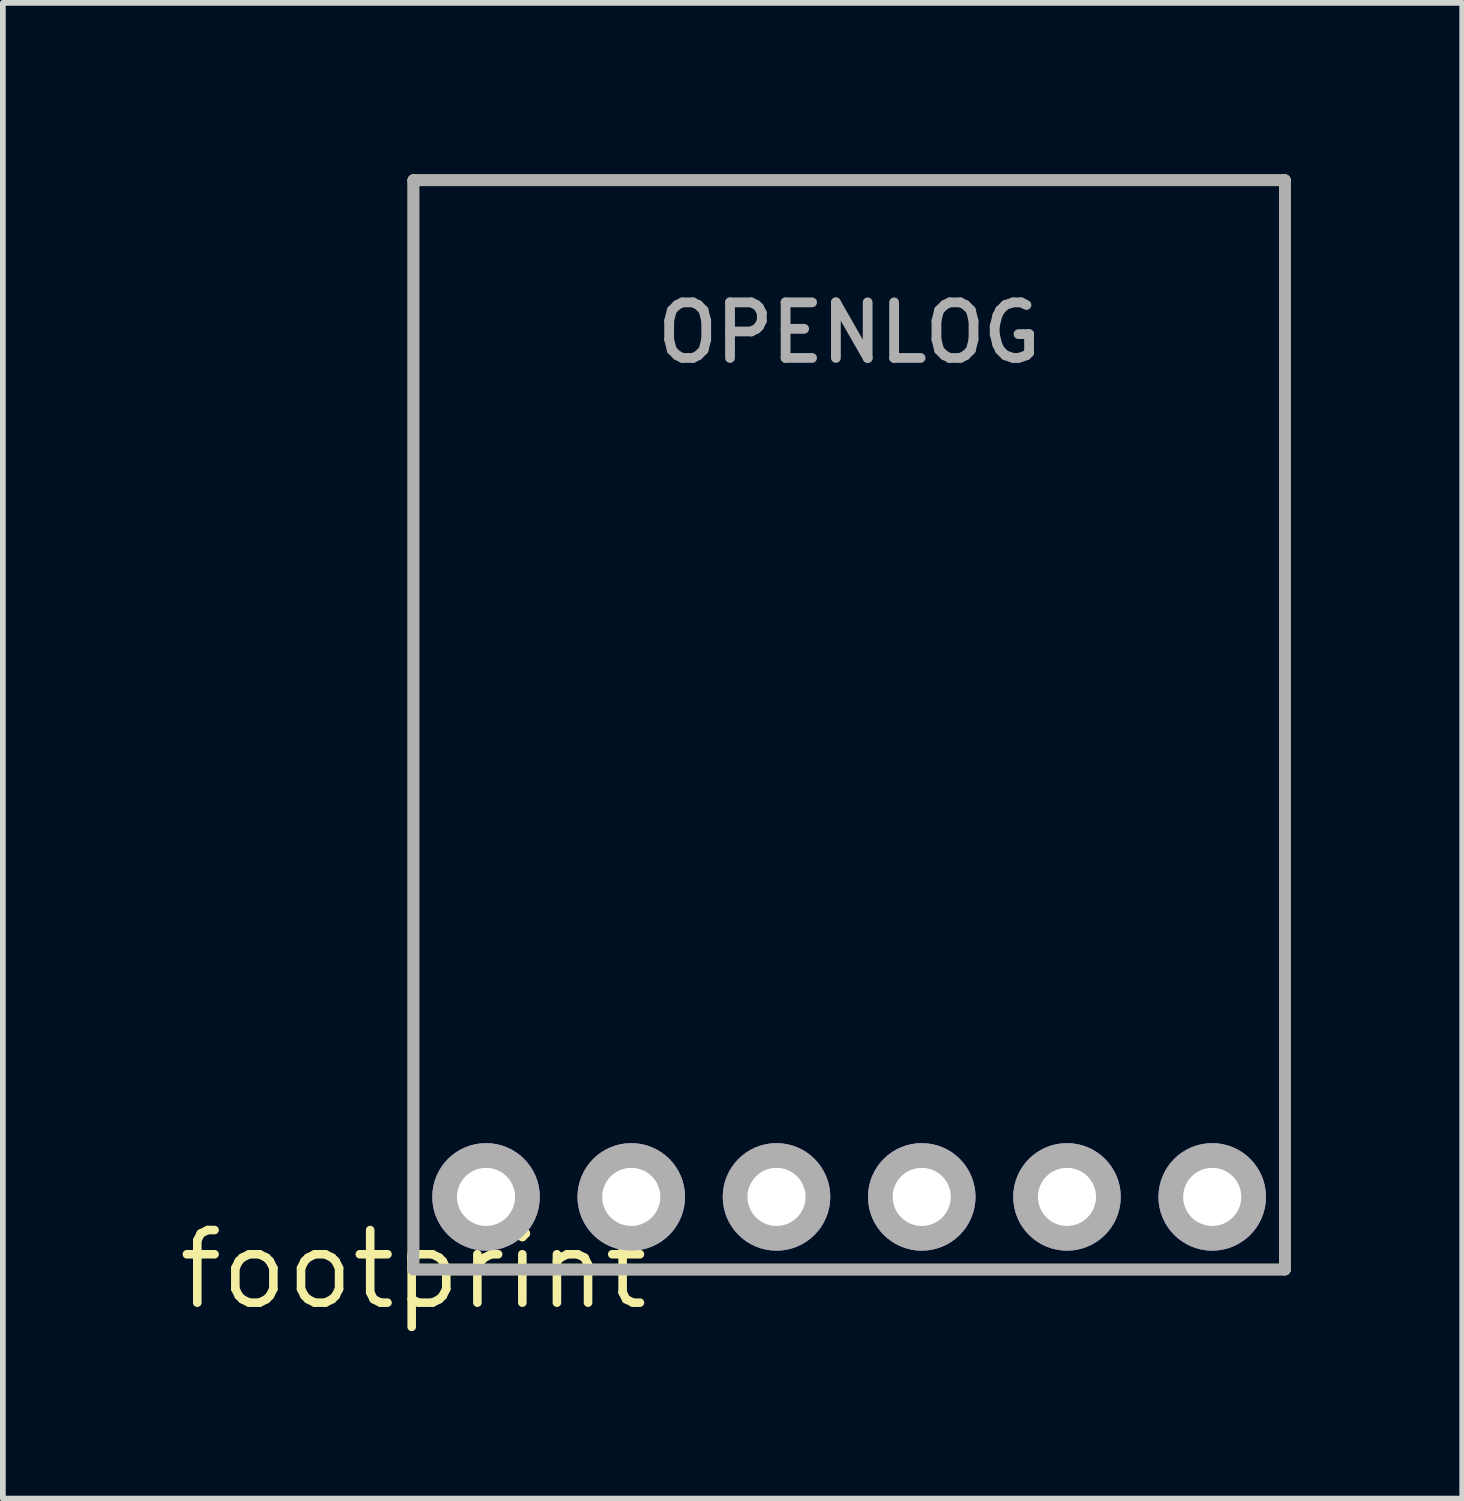
<source format=kicad_pcb>
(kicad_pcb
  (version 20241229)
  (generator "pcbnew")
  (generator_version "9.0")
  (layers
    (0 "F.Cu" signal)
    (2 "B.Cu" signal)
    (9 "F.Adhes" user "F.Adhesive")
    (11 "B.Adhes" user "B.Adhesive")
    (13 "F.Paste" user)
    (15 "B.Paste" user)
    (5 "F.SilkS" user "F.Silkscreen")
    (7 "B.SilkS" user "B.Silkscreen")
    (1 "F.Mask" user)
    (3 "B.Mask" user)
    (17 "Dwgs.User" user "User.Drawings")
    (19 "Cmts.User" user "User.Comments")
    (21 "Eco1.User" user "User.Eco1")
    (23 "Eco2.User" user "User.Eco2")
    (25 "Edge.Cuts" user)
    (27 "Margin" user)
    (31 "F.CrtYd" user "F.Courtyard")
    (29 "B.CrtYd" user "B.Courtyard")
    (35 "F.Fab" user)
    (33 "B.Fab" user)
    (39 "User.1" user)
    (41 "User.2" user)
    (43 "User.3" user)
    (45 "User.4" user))
  (footprint "footprint"
    (layer "F.Cu")
    (at 4.18 19.152)
    (property "Reference" "footprint" (at 0 0 0) (layer "F.SilkS") (effects (font (size 1.27 1.27) (thickness 0.15))))
    (fp_line (start 0 -19.05) (end 0 0) (stroke (width 0.203) (type solid)) (layer "F.SilkS"))
    (fp_line (start 0 0) (end 15.24 0) (stroke (width 0.203) (type solid)) (layer "F.SilkS"))
    (fp_line (start 15.24 -19.05) (end 0 -19.05) (stroke (width 0.203) (type solid)) (layer "F.SilkS"))
    (fp_line (start 15.24 0) (end 15.24 -19.05) (stroke (width 0.203) (type solid)) (layer "F.SilkS"))
    (fp_line (start 0 -19.05) (end 0 0) (stroke (width 0.203) (type solid)) (layer "F.Fab"))
    (fp_line (start 0 0) (end 15.24 0) (stroke (width 0.203) (type solid)) (layer "F.Fab"))
    (fp_line (start 15.24 -19.05) (end 0 -19.05) (stroke (width 0.203) (type solid)) (layer "F.Fab"))
    (fp_line (start 15.24 0) (end 15.24 -19.05) (stroke (width 0.203) (type solid)) (layer "F.Fab"))
    (fp_circle (center 1.27 -1.27) (end 1.74 -1.27) (stroke (width 0.94) (type solid)) (fill no) (layer "F.Fab"))
    (fp_circle (center 3.81 -1.27) (end 4.28 -1.27) (stroke (width 0.94) (type solid)) (fill no) (layer "F.Fab"))
    (fp_circle (center 6.35 -1.27) (end 6.82 -1.27) (stroke (width 0.94) (type solid)) (fill no) (layer "F.Fab"))
    (fp_circle (center 8.89 -1.27) (end 9.36 -1.27) (stroke (width 0.94) (type solid)) (fill no) (layer "F.Fab"))
    (fp_circle (center 11.43 -1.27) (end 11.9 -1.27) (stroke (width 0.94) (type solid)) (fill no) (layer "F.Fab"))
    (fp_circle (center 13.97 -1.27) (end 14.44 -1.27) (stroke (width 0.94) (type solid)) (fill no) (layer "F.Fab"))
    (fp_text user "OPENLOG" (at 7.62 -16.383 0) (layer "F.Fab") (effects (font (size 0.972 0.972) (thickness 0.171))))
    (pad "BLK" thru_hole circle (at 13.97 -1.27 180) (size 1.88 1.88) (drill 1.016) (layers "*.Cu" "*.Mask"))
    (pad "GND" thru_hole circle (at 11.43 -1.27 180) (size 1.88 1.88) (drill 1.016) (layers "*.Cu" "*.Mask"))
    (pad "GRN" thru_hole circle (at 1.27 -1.27 180) (size 1.88 1.88) (drill 1.016) (layers "*.Cu" "*.Mask"))
    (pad "RXI" thru_hole circle (at 3.81 -1.27 180) (size 1.88 1.88) (drill 1.016) (layers "*.Cu" "*.Mask"))
    (pad "TXO" thru_hole circle (at 6.35 -1.27 180) (size 1.88 1.88) (drill 1.016) (layers "*.Cu" "*.Mask"))
    (pad "VCC" thru_hole circle (at 8.89 -1.27 180) (size 1.88 1.88) (drill 1.016) (layers "*.Cu" "*.Mask")))
  (gr_rect
    (start -3 -3)
    (end 22.522 23.158)
    (stroke (width 0.1) (type default))
    (fill no)
    (layer "Edge.Cuts")))
</source>
